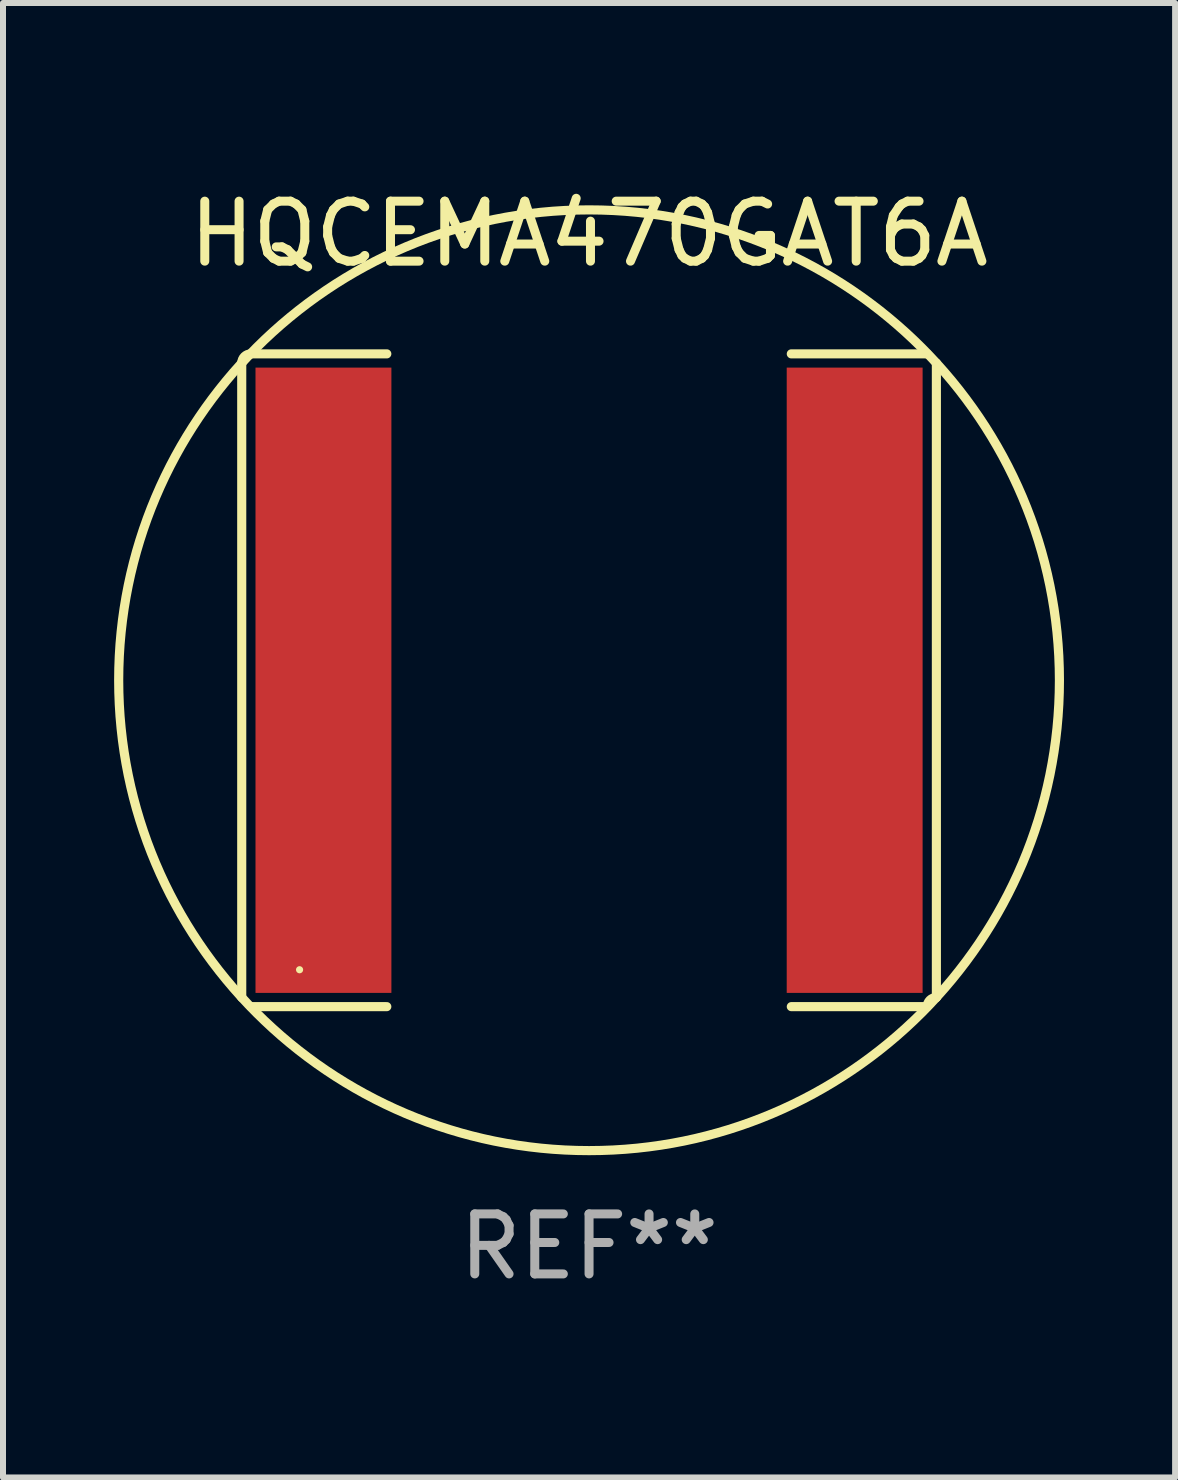
<source format=kicad_pcb>
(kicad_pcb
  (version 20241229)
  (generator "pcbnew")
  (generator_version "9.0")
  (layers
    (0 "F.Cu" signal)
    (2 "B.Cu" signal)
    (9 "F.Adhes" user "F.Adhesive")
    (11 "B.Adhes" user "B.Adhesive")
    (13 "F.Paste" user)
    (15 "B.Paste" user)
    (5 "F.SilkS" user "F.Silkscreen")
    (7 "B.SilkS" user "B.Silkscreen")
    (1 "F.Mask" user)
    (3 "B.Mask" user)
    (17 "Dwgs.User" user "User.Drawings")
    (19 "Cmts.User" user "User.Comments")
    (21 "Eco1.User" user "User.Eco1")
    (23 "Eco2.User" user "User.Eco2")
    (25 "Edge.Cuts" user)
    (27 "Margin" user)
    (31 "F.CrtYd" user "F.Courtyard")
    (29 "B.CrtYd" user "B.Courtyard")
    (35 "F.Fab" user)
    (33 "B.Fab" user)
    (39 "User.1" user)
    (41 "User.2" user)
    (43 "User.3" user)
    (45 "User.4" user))
  (footprint "HQCEMA470GAT6A"
    (layer "F.Cu")
    (at 6.768 8.288)
    (property "Reference" "HQCEMA470GAT6A" (at 0 -7.44 0) (layer "F.SilkS") (effects (font (size 1 1) (thickness 0.15))))
    (attr through_hole)
    (fp_line (start -5.789 -5.287) (end -5.789 5.287) (stroke (width 0.152) (type solid)) (layer "F.SilkS"))
    (fp_line (start -5.636 5.44) (end -3.371 5.44) (stroke (width 0.152) (type solid)) (layer "F.SilkS"))
    (fp_line (start -3.371 -5.44) (end -5.636 -5.44) (stroke (width 0.152) (type solid)) (layer "F.SilkS"))
    (fp_line (start 3.371 -5.44) (end 5.636 -5.44) (stroke (width 0.152) (type solid)) (layer "F.SilkS"))
    (fp_line (start 5.636 5.44) (end 3.371 5.44) (stroke (width 0.152) (type solid)) (layer "F.SilkS"))
    (fp_line (start 5.789 -5.287) (end 5.789 5.287) (stroke (width 0.152) (type solid)) (layer "F.SilkS"))
    (fp_arc (start -5.7886 -5.287201) (mid -5.743963 -5.394964) (end -5.6362 -5.439601) (stroke (width 0.1524) (type solid)) (layer "F.SilkS"))
    (fp_arc (start -5.7886 5.287201) (mid 5.788578 -5.287179) (end -5.7886 5.287201) (stroke (width 0.1524) (type solid)) (layer "F.SilkS"))
    (fp_arc (start 5.6362 5.439601) (mid 5.680837 5.331838) (end 5.7886 5.287201) (stroke (width 0.1524) (type solid)) (layer "F.SilkS"))
    (fp_circle (center -4.825 4.825) (end -4.795 4.825) (stroke (width 0.06) (type solid)) (fill no) (layer "F.SilkS"))
    (fp_text user "REF**" (at 0 9.44 0) (layer "F.Fab") (effects (font (size 1 1) (thickness 0.15))))
    (pad "1" smd rect (at -4.427 0) (size 2.265 10.422) (layers "F.Cu" "F.Mask" "F.Paste"))
    (pad "2" smd rect (at 4.427 0) (size 2.265 10.422) (layers "F.Cu" "F.Mask" "F.Paste")))
  (gr_rect
    (start -3 -3)
    (end 16.536 21.576)
    (stroke (width 0.1) (type default))
    (fill no)
    (layer "Edge.Cuts")))
</source>
